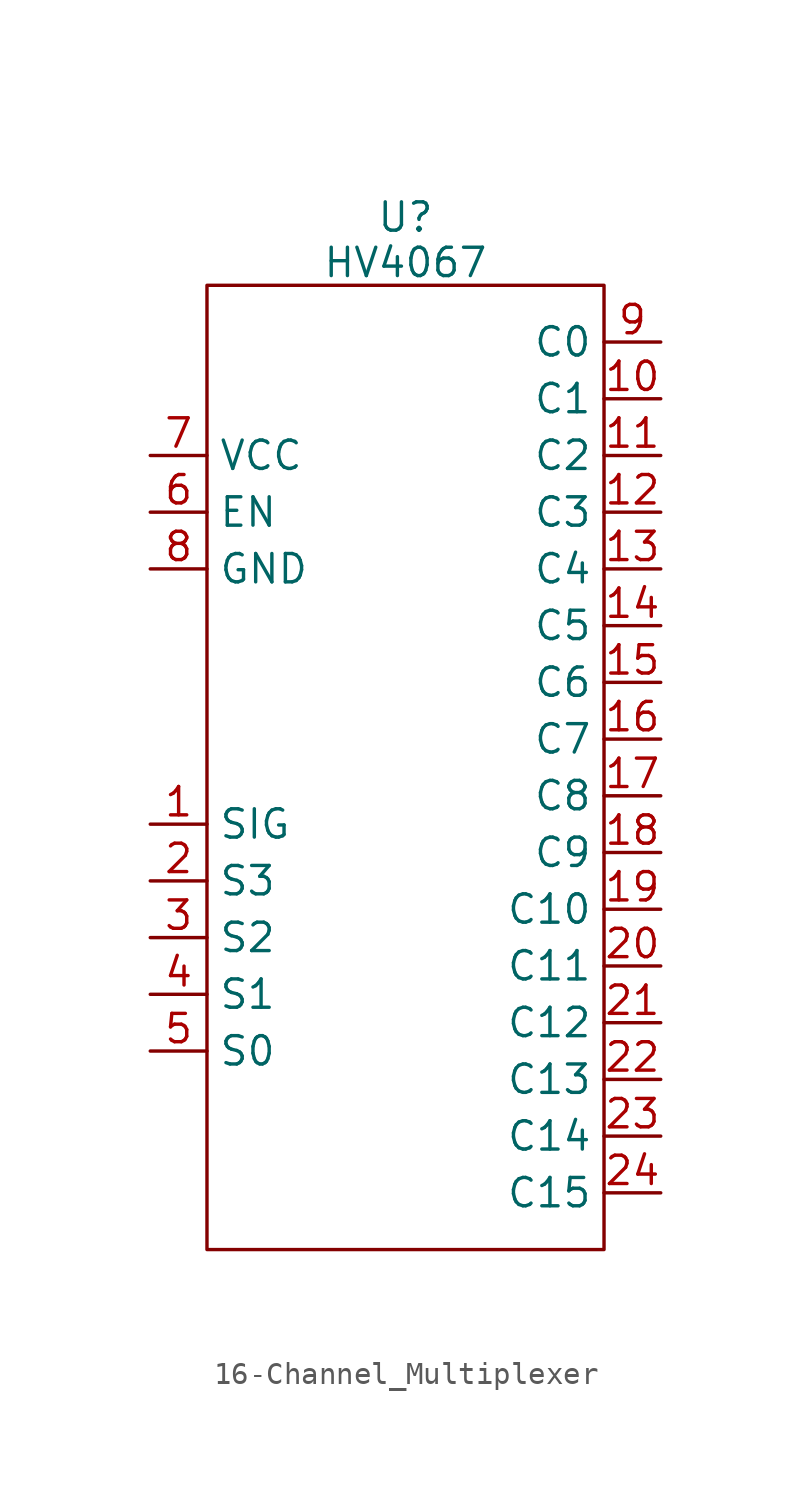
<source format=kicad_sym>
(kicad_symbol_lib
  (version 20231120)
  (generator "kicad_symbol_editor")
  (generator_version "8.0")
  (symbol "16-Channel_Multiplexer"
    (property "Reference" "U"
      (at 0 0.508 0)
      (effects (font (size 1.27 1.27))))
    (property "Value" "HV4067"
      (at 0 -1.524 0)
      (effects (font (size 1.27 1.27))))
    (symbol "16-Channel_Multiplexer_0_1"
      (rectangle (start -8.89 -2.54) (end 8.89 -45.72) (stroke (width 0) (type default)) (fill (type none))))
    (symbol "16-Channel_Multiplexer_1_1"
      (pin input line (at -11.43 -26.67 0) (length 2.54) (name "SIG" (effects (font (size 1.27 1.27)))) (number "1" (effects (font (size 1.27 1.27)))))
      (pin output line (at 11.43 -7.62 180) (length 2.54) (name "C1" (effects (font (size 1.27 1.27)))) (number "10" (effects (font (size 1.27 1.27)))))
      (pin output line (at 11.43 -10.16 180) (length 2.54) (name "C2" (effects (font (size 1.27 1.27)))) (number "11" (effects (font (size 1.27 1.27)))))
      (pin output line (at 11.43 -12.7 180) (length 2.54) (name "C3" (effects (font (size 1.27 1.27)))) (number "12" (effects (font (size 1.27 1.27)))))
      (pin output line (at 11.43 -15.24 180) (length 2.54) (name "C4" (effects (font (size 1.27 1.27)))) (number "13" (effects (font (size 1.27 1.27)))))
      (pin output line (at 11.43 -17.78 180) (length 2.54) (name "C5" (effects (font (size 1.27 1.27)))) (number "14" (effects (font (size 1.27 1.27)))))
      (pin output line (at 11.43 -20.32 180) (length 2.54) (name "C6" (effects (font (size 1.27 1.27)))) (number "15" (effects (font (size 1.27 1.27)))))
      (pin output line (at 11.43 -22.86 180) (length 2.54) (name "C7" (effects (font (size 1.27 1.27)))) (number "16" (effects (font (size 1.27 1.27)))))
      (pin output line (at 11.43 -25.4 180) (length 2.54) (name "C8" (effects (font (size 1.27 1.27)))) (number "17" (effects (font (size 1.27 1.27)))))
      (pin output line (at 11.43 -27.94 180) (length 2.54) (name "C9" (effects (font (size 1.27 1.27)))) (number "18" (effects (font (size 1.27 1.27)))))
      (pin output line (at 11.43 -30.48 180) (length 2.54) (name "C10" (effects (font (size 1.27 1.27)))) (number "19" (effects (font (size 1.27 1.27)))))
      (pin input line (at -11.43 -29.21 0) (length 2.54) (name "S3" (effects (font (size 1.27 1.27)))) (number "2" (effects (font (size 1.27 1.27)))))
      (pin output line (at 11.43 -33.02 180) (length 2.54) (name "C11" (effects (font (size 1.27 1.27)))) (number "20" (effects (font (size 1.27 1.27)))))
      (pin output line (at 11.43 -35.56 180) (length 2.54) (name "C12" (effects (font (size 1.27 1.27)))) (number "21" (effects (font (size 1.27 1.27)))))
      (pin output line (at 11.43 -38.1 180) (length 2.54) (name "C13" (effects (font (size 1.27 1.27)))) (number "22" (effects (font (size 1.27 1.27)))))
      (pin output line (at 11.43 -40.64 180) (length 2.54) (name "C14" (effects (font (size 1.27 1.27)))) (number "23" (effects (font (size 1.27 1.27)))))
      (pin output line (at 11.43 -43.18 180) (length 2.54) (name "C15" (effects (font (size 1.27 1.27)))) (number "24" (effects (font (size 1.27 1.27)))))
      (pin input line (at -11.43 -31.75 0) (length 2.54) (name "S2" (effects (font (size 1.27 1.27)))) (number "3" (effects (font (size 1.27 1.27)))))
      (pin input line (at -11.43 -34.29 0) (length 2.54) (name "S1" (effects (font (size 1.27 1.27)))) (number "4" (effects (font (size 1.27 1.27)))))
      (pin input line (at -11.43 -36.83 0) (length 2.54) (name "S0" (effects (font (size 1.27 1.27)))) (number "5" (effects (font (size 1.27 1.27)))))
      (pin input line (at -11.43 -12.7 0) (length 2.54) (name "EN" (effects (font (size 1.27 1.27)))) (number "6" (effects (font (size 1.27 1.27)))))
      (pin power_in line (at -11.43 -10.16 0) (length 2.54) (name "VCC" (effects (font (size 1.27 1.27)))) (number "7" (effects (font (size 1.27 1.27)))))
      (pin power_in line (at -11.43 -15.24 0) (length 2.54) (name "GND" (effects (font (size 1.27 1.27)))) (number "8" (effects (font (size 1.27 1.27)))))
      (pin output line (at 11.43 -5.08 180) (length 2.54) (name "C0" (effects (font (size 1.27 1.27)))) (number "9" (effects (font (size 1.27 1.27))))))))
</source>
